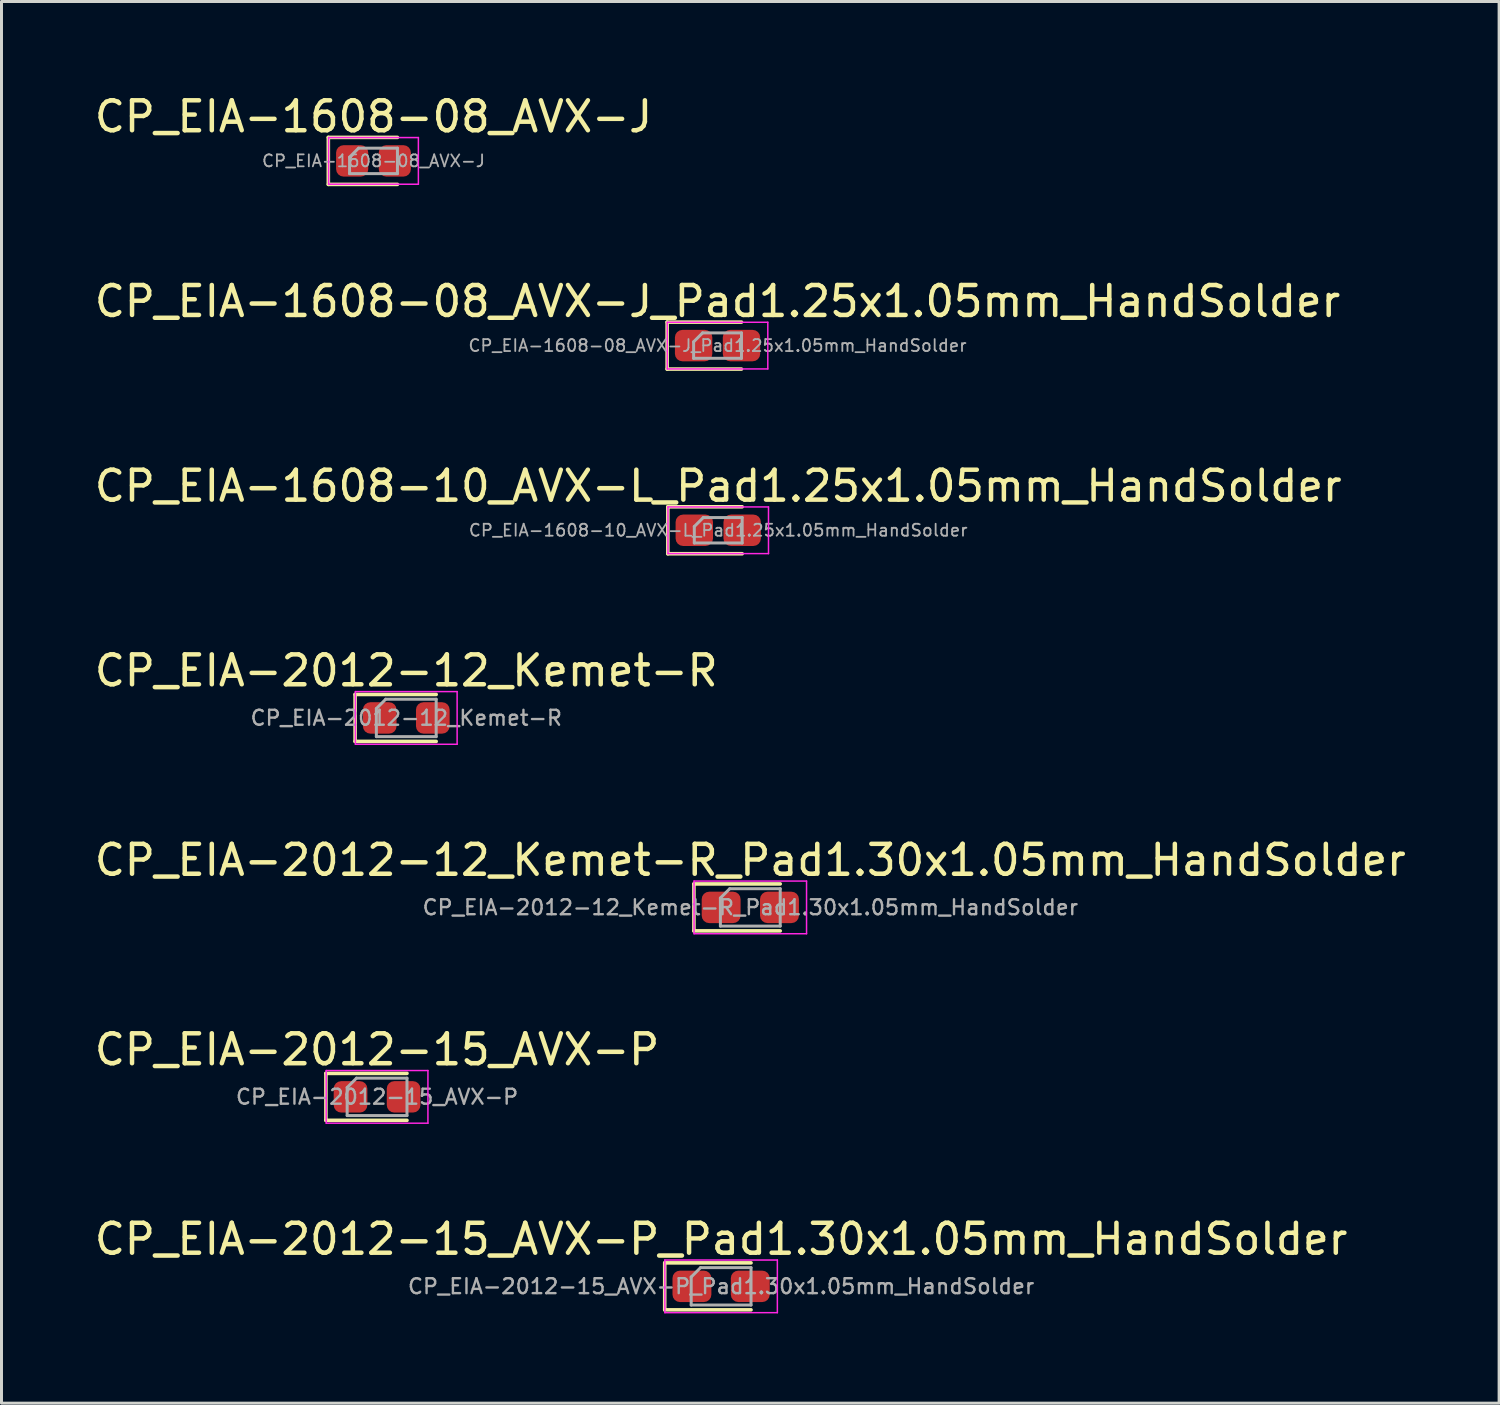
<source format=kicad_pcb>
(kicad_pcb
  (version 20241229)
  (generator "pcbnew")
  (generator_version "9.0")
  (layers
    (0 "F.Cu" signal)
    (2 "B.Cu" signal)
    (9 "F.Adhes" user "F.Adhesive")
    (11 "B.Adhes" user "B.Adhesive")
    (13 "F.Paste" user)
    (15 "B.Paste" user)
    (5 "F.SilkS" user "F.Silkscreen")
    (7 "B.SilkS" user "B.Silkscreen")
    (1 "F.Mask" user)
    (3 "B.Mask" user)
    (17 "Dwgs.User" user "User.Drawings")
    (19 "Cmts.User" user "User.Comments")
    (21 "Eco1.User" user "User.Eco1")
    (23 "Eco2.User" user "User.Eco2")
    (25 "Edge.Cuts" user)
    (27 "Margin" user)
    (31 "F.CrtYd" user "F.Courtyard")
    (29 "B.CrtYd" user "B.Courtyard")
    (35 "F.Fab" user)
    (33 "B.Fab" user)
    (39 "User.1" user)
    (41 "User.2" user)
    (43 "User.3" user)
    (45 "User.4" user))
  (footprint "CP_EIA-1608-08_AVX-J"
    (layer "F.Cu")
    (at 9.435 2.328)
    (property "Reference" "CP_EIA-1608-08_AVX-J" (at 0 -1.48 0) (layer "F.SilkS") (effects (font (size 1 1) (thickness 0.15))))
    (attr smd)
    (fp_line (start -1.51 -0.785) (end -1.51 0.785) (stroke (width 0.12) (type solid)) (layer "F.SilkS"))
    (fp_line (start -1.51 0.785) (end 0.8 0.785) (stroke (width 0.12) (type solid)) (layer "F.SilkS"))
    (fp_line (start 0.8 -0.785) (end -1.51 -0.785) (stroke (width 0.12) (type solid)) (layer "F.SilkS"))
    (fp_line (start -1.5 -0.78) (end 1.5 -0.78) (stroke (width 0.05) (type solid)) (layer "F.CrtYd"))
    (fp_line (start -1.5 0.78) (end -1.5 -0.78) (stroke (width 0.05) (type solid)) (layer "F.CrtYd"))
    (fp_line (start 1.5 -0.78) (end 1.5 0.78) (stroke (width 0.05) (type solid)) (layer "F.CrtYd"))
    (fp_line (start 1.5 0.78) (end -1.5 0.78) (stroke (width 0.05) (type solid)) (layer "F.CrtYd"))
    (fp_line (start -0.8 -0.125) (end -0.8 0.425) (stroke (width 0.1) (type solid)) (layer "F.Fab"))
    (fp_line (start -0.8 0.425) (end 0.8 0.425) (stroke (width 0.1) (type solid)) (layer "F.Fab"))
    (fp_line (start -0.5 -0.425) (end -0.8 -0.125) (stroke (width 0.1) (type solid)) (layer "F.Fab"))
    (fp_line (start 0.8 -0.425) (end -0.5 -0.425) (stroke (width 0.1) (type solid)) (layer "F.Fab"))
    (fp_line (start 0.8 0.425) (end 0.8 -0.425) (stroke (width 0.1) (type solid)) (layer "F.Fab"))
    (fp_text user "${REFERENCE}" (at 0 0 0) (layer "F.Fab") (effects (font (size 0.4 0.4) (thickness 0.06))))
    (pad "1" smd roundrect (at -0.713 0) (size 1.075 1.05) (layers "F.Cu" "F.Mask" "F.Paste") (roundrect_rratio 0.238))
    (pad "2" smd roundrect (at 0.713 0) (size 1.075 1.05) (layers "F.Cu" "F.Mask" "F.Paste") (roundrect_rratio 0.238)))
  (footprint "CP_EIA-2012-15_AVX-P_Pad1.30x1.05mm_HandSolder"
    (layer "F.Cu")
    (at 21.054 39.948)
    (property "Reference" "CP_EIA-2012-15_AVX-P_Pad1.30x1.05mm_HandSolder" (at 0 -1.58 0) (layer "F.SilkS") (effects (font (size 1 1) (thickness 0.15))))
    (attr smd)
    (fp_line (start -1.885 -0.785) (end -1.885 0.785) (stroke (width 0.12) (type solid)) (layer "F.SilkS"))
    (fp_line (start -1.885 0.785) (end 1 0.785) (stroke (width 0.12) (type solid)) (layer "F.SilkS"))
    (fp_line (start 1 -0.785) (end -1.885 -0.785) (stroke (width 0.12) (type solid)) (layer "F.SilkS"))
    (fp_line (start -1.88 -0.88) (end 1.88 -0.88) (stroke (width 0.05) (type solid)) (layer "F.CrtYd"))
    (fp_line (start -1.88 0.88) (end -1.88 -0.88) (stroke (width 0.05) (type solid)) (layer "F.CrtYd"))
    (fp_line (start 1.88 -0.88) (end 1.88 0.88) (stroke (width 0.05) (type solid)) (layer "F.CrtYd"))
    (fp_line (start 1.88 0.88) (end -1.88 0.88) (stroke (width 0.05) (type solid)) (layer "F.CrtYd"))
    (fp_line (start -1 -0.312) (end -1 0.625) (stroke (width 0.1) (type solid)) (layer "F.Fab"))
    (fp_line (start -1 0.625) (end 1 0.625) (stroke (width 0.1) (type solid)) (layer "F.Fab"))
    (fp_line (start -0.688 -0.625) (end -1 -0.312) (stroke (width 0.1) (type solid)) (layer "F.Fab"))
    (fp_line (start 1 -0.625) (end -0.688 -0.625) (stroke (width 0.1) (type solid)) (layer "F.Fab"))
    (fp_line (start 1 0.625) (end 1 -0.625) (stroke (width 0.1) (type solid)) (layer "F.Fab"))
    (fp_text user "${REFERENCE}" (at 0 0 0) (layer "F.Fab") (effects (font (size 0.5 0.5) (thickness 0.08))))
    (pad "1" smd roundrect (at -0.975 0) (size 1.3 1.05) (layers "F.Cu" "F.Mask" "F.Paste") (roundrect_rratio 0.238))
    (pad "2" smd roundrect (at 0.975 0) (size 1.3 1.05) (layers "F.Cu" "F.Mask" "F.Paste") (roundrect_rratio 0.238)))
  (footprint "CP_EIA-2012-12_Kemet-R_Pad1.30x1.05mm_HandSolder"
    (layer "F.Cu")
    (at 22.03 27.281)
    (property "Reference" "CP_EIA-2012-12_Kemet-R_Pad1.30x1.05mm_HandSolder" (at 0 -1.58 0) (layer "F.SilkS") (effects (font (size 1 1) (thickness 0.15))))
    (attr smd)
    (fp_line (start -1.885 -0.785) (end -1.885 0.785) (stroke (width 0.12) (type solid)) (layer "F.SilkS"))
    (fp_line (start -1.885 0.785) (end 1 0.785) (stroke (width 0.12) (type solid)) (layer "F.SilkS"))
    (fp_line (start 1 -0.785) (end -1.885 -0.785) (stroke (width 0.12) (type solid)) (layer "F.SilkS"))
    (fp_line (start -1.88 -0.88) (end 1.88 -0.88) (stroke (width 0.05) (type solid)) (layer "F.CrtYd"))
    (fp_line (start -1.88 0.88) (end -1.88 -0.88) (stroke (width 0.05) (type solid)) (layer "F.CrtYd"))
    (fp_line (start 1.88 -0.88) (end 1.88 0.88) (stroke (width 0.05) (type solid)) (layer "F.CrtYd"))
    (fp_line (start 1.88 0.88) (end -1.88 0.88) (stroke (width 0.05) (type solid)) (layer "F.CrtYd"))
    (fp_line (start -1 -0.312) (end -1 0.625) (stroke (width 0.1) (type solid)) (layer "F.Fab"))
    (fp_line (start -1 0.625) (end 1 0.625) (stroke (width 0.1) (type solid)) (layer "F.Fab"))
    (fp_line (start -0.688 -0.625) (end -1 -0.312) (stroke (width 0.1) (type solid)) (layer "F.Fab"))
    (fp_line (start 1 -0.625) (end -0.688 -0.625) (stroke (width 0.1) (type solid)) (layer "F.Fab"))
    (fp_line (start 1 0.625) (end 1 -0.625) (stroke (width 0.1) (type solid)) (layer "F.Fab"))
    (fp_text user "${REFERENCE}" (at 0 0 0) (layer "F.Fab") (effects (font (size 0.5 0.5) (thickness 0.08))))
    (pad "1" smd roundrect (at -0.975 0) (size 1.3 1.05) (layers "F.Cu" "F.Mask" "F.Paste") (roundrect_rratio 0.238))
    (pad "2" smd roundrect (at 0.975 0) (size 1.3 1.05) (layers "F.Cu" "F.Mask" "F.Paste") (roundrect_rratio 0.238)))
  (footprint "CP_EIA-2012-15_AVX-P"
    (layer "F.Cu")
    (at 9.554 33.614)
    (property "Reference" "CP_EIA-2012-15_AVX-P" (at 0 -1.58 0) (layer "F.SilkS") (effects (font (size 1 1) (thickness 0.15))))
    (attr smd)
    (fp_line (start -1.71 -0.785) (end -1.71 0.785) (stroke (width 0.12) (type solid)) (layer "F.SilkS"))
    (fp_line (start -1.71 0.785) (end 1 0.785) (stroke (width 0.12) (type solid)) (layer "F.SilkS"))
    (fp_line (start 1 -0.785) (end -1.71 -0.785) (stroke (width 0.12) (type solid)) (layer "F.SilkS"))
    (fp_line (start -1.7 -0.88) (end 1.7 -0.88) (stroke (width 0.05) (type solid)) (layer "F.CrtYd"))
    (fp_line (start -1.7 0.88) (end -1.7 -0.88) (stroke (width 0.05) (type solid)) (layer "F.CrtYd"))
    (fp_line (start 1.7 -0.88) (end 1.7 0.88) (stroke (width 0.05) (type solid)) (layer "F.CrtYd"))
    (fp_line (start 1.7 0.88) (end -1.7 0.88) (stroke (width 0.05) (type solid)) (layer "F.CrtYd"))
    (fp_line (start -1 -0.312) (end -1 0.625) (stroke (width 0.1) (type solid)) (layer "F.Fab"))
    (fp_line (start -1 0.625) (end 1 0.625) (stroke (width 0.1) (type solid)) (layer "F.Fab"))
    (fp_line (start -0.688 -0.625) (end -1 -0.312) (stroke (width 0.1) (type solid)) (layer "F.Fab"))
    (fp_line (start 1 -0.625) (end -0.688 -0.625) (stroke (width 0.1) (type solid)) (layer "F.Fab"))
    (fp_line (start 1 0.625) (end 1 -0.625) (stroke (width 0.1) (type solid)) (layer "F.Fab"))
    (fp_text user "${REFERENCE}" (at 0 0 0) (layer "F.Fab") (effects (font (size 0.5 0.5) (thickness 0.08))))
    (pad "1" smd roundrect (at -0.887 0) (size 1.125 1.05) (layers "F.Cu" "F.Mask" "F.Paste") (roundrect_rratio 0.238))
    (pad "2" smd roundrect (at 0.887 0) (size 1.125 1.05) (layers "F.Cu" "F.Mask" "F.Paste") (roundrect_rratio 0.238)))
  (footprint "CP_EIA-2012-12_Kemet-R"
    (layer "F.Cu")
    (at 10.53 20.948)
    (property "Reference" "CP_EIA-2012-12_Kemet-R" (at 0 -1.58 0) (layer "F.SilkS") (effects (font (size 1 1) (thickness 0.15))))
    (attr smd)
    (fp_line (start -1.71 -0.785) (end -1.71 0.785) (stroke (width 0.12) (type solid)) (layer "F.SilkS"))
    (fp_line (start -1.71 0.785) (end 1 0.785) (stroke (width 0.12) (type solid)) (layer "F.SilkS"))
    (fp_line (start 1 -0.785) (end -1.71 -0.785) (stroke (width 0.12) (type solid)) (layer "F.SilkS"))
    (fp_line (start -1.7 -0.88) (end 1.7 -0.88) (stroke (width 0.05) (type solid)) (layer "F.CrtYd"))
    (fp_line (start -1.7 0.88) (end -1.7 -0.88) (stroke (width 0.05) (type solid)) (layer "F.CrtYd"))
    (fp_line (start 1.7 -0.88) (end 1.7 0.88) (stroke (width 0.05) (type solid)) (layer "F.CrtYd"))
    (fp_line (start 1.7 0.88) (end -1.7 0.88) (stroke (width 0.05) (type solid)) (layer "F.CrtYd"))
    (fp_line (start -1 -0.312) (end -1 0.625) (stroke (width 0.1) (type solid)) (layer "F.Fab"))
    (fp_line (start -1 0.625) (end 1 0.625) (stroke (width 0.1) (type solid)) (layer "F.Fab"))
    (fp_line (start -0.688 -0.625) (end -1 -0.312) (stroke (width 0.1) (type solid)) (layer "F.Fab"))
    (fp_line (start 1 -0.625) (end -0.688 -0.625) (stroke (width 0.1) (type solid)) (layer "F.Fab"))
    (fp_line (start 1 0.625) (end 1 -0.625) (stroke (width 0.1) (type solid)) (layer "F.Fab"))
    (fp_text user "${REFERENCE}" (at 0 0 0) (layer "F.Fab") (effects (font (size 0.5 0.5) (thickness 0.08))))
    (pad "1" smd roundrect (at -0.887 0) (size 1.125 1.05) (layers "F.Cu" "F.Mask" "F.Paste") (roundrect_rratio 0.238))
    (pad "2" smd roundrect (at 0.887 0) (size 1.125 1.05) (layers "F.Cu" "F.Mask" "F.Paste") (roundrect_rratio 0.238)))
  (footprint "CP_EIA-1608-08_AVX-J_Pad1.25x1.05mm_HandSolder"
    (layer "F.Cu")
    (at 20.935 8.502)
    (property "Reference" "CP_EIA-1608-08_AVX-J_Pad1.25x1.05mm_HandSolder" (at 0 -1.48 0) (layer "F.SilkS") (effects (font (size 1 1) (thickness 0.15))))
    (attr smd)
    (fp_line (start -1.685 -0.785) (end -1.685 0.785) (stroke (width 0.12) (type solid)) (layer "F.SilkS"))
    (fp_line (start -1.685 0.785) (end 0.8 0.785) (stroke (width 0.12) (type solid)) (layer "F.SilkS"))
    (fp_line (start 0.8 -0.785) (end -1.685 -0.785) (stroke (width 0.12) (type solid)) (layer "F.SilkS"))
    (fp_line (start -1.68 -0.78) (end 1.68 -0.78) (stroke (width 0.05) (type solid)) (layer "F.CrtYd"))
    (fp_line (start -1.68 0.78) (end -1.68 -0.78) (stroke (width 0.05) (type solid)) (layer "F.CrtYd"))
    (fp_line (start 1.68 -0.78) (end 1.68 0.78) (stroke (width 0.05) (type solid)) (layer "F.CrtYd"))
    (fp_line (start 1.68 0.78) (end -1.68 0.78) (stroke (width 0.05) (type solid)) (layer "F.CrtYd"))
    (fp_line (start -0.8 -0.125) (end -0.8 0.425) (stroke (width 0.1) (type solid)) (layer "F.Fab"))
    (fp_line (start -0.8 0.425) (end 0.8 0.425) (stroke (width 0.1) (type solid)) (layer "F.Fab"))
    (fp_line (start -0.5 -0.425) (end -0.8 -0.125) (stroke (width 0.1) (type solid)) (layer "F.Fab"))
    (fp_line (start 0.8 -0.425) (end -0.5 -0.425) (stroke (width 0.1) (type solid)) (layer "F.Fab"))
    (fp_line (start 0.8 0.425) (end 0.8 -0.425) (stroke (width 0.1) (type solid)) (layer "F.Fab"))
    (fp_text user "${REFERENCE}" (at 0 0 0) (layer "F.Fab") (effects (font (size 0.4 0.4) (thickness 0.06))))
    (pad "1" smd roundrect (at -0.8 0) (size 1.25 1.05) (layers "F.Cu" "F.Mask" "F.Paste") (roundrect_rratio 0.238))
    (pad "2" smd roundrect (at 0.8 0) (size 1.25 1.05) (layers "F.Cu" "F.Mask" "F.Paste") (roundrect_rratio 0.238)))
  (footprint "CP_EIA-1608-10_AVX-L_Pad1.25x1.05mm_HandSolder"
    (layer "F.Cu")
    (at 20.958 14.675)
    (property "Reference" "CP_EIA-1608-10_AVX-L_Pad1.25x1.05mm_HandSolder" (at 0 -1.48 0) (layer "F.SilkS") (effects (font (size 1 1) (thickness 0.15))))
    (attr smd)
    (fp_line (start -1.685 -0.785) (end -1.685 0.785) (stroke (width 0.12) (type solid)) (layer "F.SilkS"))
    (fp_line (start -1.685 0.785) (end 0.8 0.785) (stroke (width 0.12) (type solid)) (layer "F.SilkS"))
    (fp_line (start 0.8 -0.785) (end -1.685 -0.785) (stroke (width 0.12) (type solid)) (layer "F.SilkS"))
    (fp_line (start -1.68 -0.78) (end 1.68 -0.78) (stroke (width 0.05) (type solid)) (layer "F.CrtYd"))
    (fp_line (start -1.68 0.78) (end -1.68 -0.78) (stroke (width 0.05) (type solid)) (layer "F.CrtYd"))
    (fp_line (start 1.68 -0.78) (end 1.68 0.78) (stroke (width 0.05) (type solid)) (layer "F.CrtYd"))
    (fp_line (start 1.68 0.78) (end -1.68 0.78) (stroke (width 0.05) (type solid)) (layer "F.CrtYd"))
    (fp_line (start -0.8 -0.125) (end -0.8 0.425) (stroke (width 0.1) (type solid)) (layer "F.Fab"))
    (fp_line (start -0.8 0.425) (end 0.8 0.425) (stroke (width 0.1) (type solid)) (layer "F.Fab"))
    (fp_line (start -0.5 -0.425) (end -0.8 -0.125) (stroke (width 0.1) (type solid)) (layer "F.Fab"))
    (fp_line (start 0.8 -0.425) (end -0.5 -0.425) (stroke (width 0.1) (type solid)) (layer "F.Fab"))
    (fp_line (start 0.8 0.425) (end 0.8 -0.425) (stroke (width 0.1) (type solid)) (layer "F.Fab"))
    (fp_text user "${REFERENCE}" (at 0 0 0) (layer "F.Fab") (effects (font (size 0.4 0.4) (thickness 0.06))))
    (pad "1" smd roundrect (at -0.8 0) (size 1.25 1.05) (layers "F.Cu" "F.Mask" "F.Paste") (roundrect_rratio 0.238))
    (pad "2" smd roundrect (at 0.8 0) (size 1.25 1.05) (layers "F.Cu" "F.Mask" "F.Paste") (roundrect_rratio 0.238)))
  (gr_rect
    (start -3 -3)
    (end 47.06 43.853)
    (stroke (width 0.1) (type default))
    (fill no)
    (layer "Edge.Cuts")))
</source>
